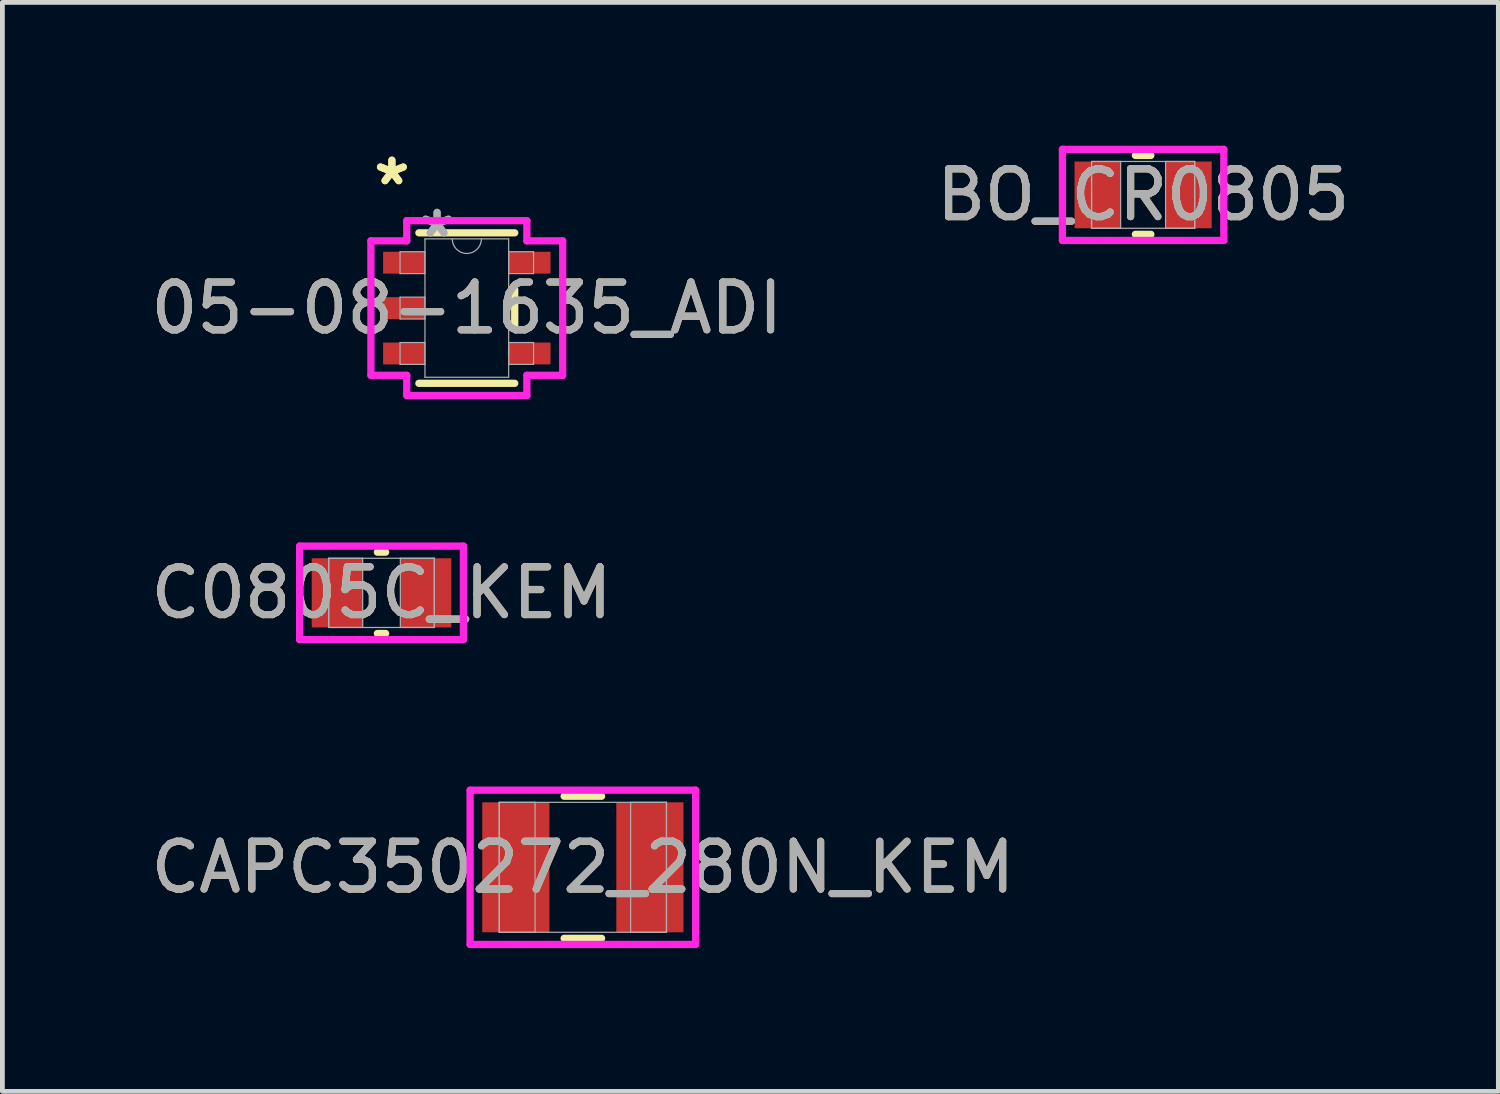
<source format=kicad_pcb>
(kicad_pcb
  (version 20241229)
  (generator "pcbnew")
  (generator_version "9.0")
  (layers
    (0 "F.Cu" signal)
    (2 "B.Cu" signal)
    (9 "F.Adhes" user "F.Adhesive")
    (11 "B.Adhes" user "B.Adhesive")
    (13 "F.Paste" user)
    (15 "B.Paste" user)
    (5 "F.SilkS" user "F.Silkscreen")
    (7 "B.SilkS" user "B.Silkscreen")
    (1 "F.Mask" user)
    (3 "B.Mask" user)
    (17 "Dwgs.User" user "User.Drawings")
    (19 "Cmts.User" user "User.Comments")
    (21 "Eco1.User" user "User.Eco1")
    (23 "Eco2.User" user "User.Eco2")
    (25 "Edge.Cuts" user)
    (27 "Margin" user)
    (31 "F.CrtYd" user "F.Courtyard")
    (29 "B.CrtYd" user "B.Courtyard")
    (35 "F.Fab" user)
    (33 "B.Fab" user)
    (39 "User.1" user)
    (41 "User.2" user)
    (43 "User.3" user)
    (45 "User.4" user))
  (footprint "CAPC350272_280N_KEM"
    (layer "F.Cu")
    (at 9.149 15.102)
    (property "Reference" "CAPC350272_280N_KEM" (at 0 0 0) (unlocked yes) (layer "F.SilkS") (effects (font (size 1 1) (thickness 0.15))))
    (attr smd)
    (fp_line (start -0.392 1.487) (end 0.392 1.487) (stroke (width 0.152) (type solid)) (layer "F.SilkS"))
    (fp_line (start 0.392 -1.487) (end -0.392 -1.487) (stroke (width 0.152) (type solid)) (layer "F.SilkS"))
    (fp_line (start -2.36 -1.614) (end 2.36 -1.614) (stroke (width 0.152) (type solid)) (layer "F.CrtYd"))
    (fp_line (start -2.36 1.614) (end -2.36 -1.614) (stroke (width 0.152) (type solid)) (layer "F.CrtYd"))
    (fp_line (start 2.36 -1.614) (end 2.36 1.614) (stroke (width 0.152) (type solid)) (layer "F.CrtYd"))
    (fp_line (start 2.36 1.614) (end -2.36 1.614) (stroke (width 0.152) (type solid)) (layer "F.CrtYd"))
    (fp_line (start -1.75 -1.36) (end -1.75 1.36) (stroke (width 0.025) (type solid)) (layer "F.Fab"))
    (fp_line (start -1.75 -1.36) (end -1.75 1.36) (stroke (width 0.025) (type solid)) (layer "F.Fab"))
    (fp_line (start -1.75 1.36) (end -1 1.36) (stroke (width 0.025) (type solid)) (layer "F.Fab"))
    (fp_line (start -1.75 1.36) (end 1.75 1.36) (stroke (width 0.025) (type solid)) (layer "F.Fab"))
    (fp_line (start -1 -1.36) (end -1.75 -1.36) (stroke (width 0.025) (type solid)) (layer "F.Fab"))
    (fp_line (start -1 1.36) (end -1 -1.36) (stroke (width 0.025) (type solid)) (layer "F.Fab"))
    (fp_line (start 1 -1.36) (end 1 1.36) (stroke (width 0.025) (type solid)) (layer "F.Fab"))
    (fp_line (start 1 1.36) (end 1.75 1.36) (stroke (width 0.025) (type solid)) (layer "F.Fab"))
    (fp_line (start 1.75 -1.36) (end -1.75 -1.36) (stroke (width 0.025) (type solid)) (layer "F.Fab"))
    (fp_line (start 1.75 -1.36) (end 1 -1.36) (stroke (width 0.025) (type solid)) (layer "F.Fab"))
    (fp_line (start 1.75 1.36) (end 1.75 -1.36) (stroke (width 0.025) (type solid)) (layer "F.Fab"))
    (fp_line (start 1.75 1.36) (end 1.75 -1.36) (stroke (width 0.025) (type solid)) (layer "F.Fab"))
    (fp_text user "${REFERENCE}" (at 0 0 0) (unlocked yes) (layer "F.Fab") (effects (font (size 1 1) (thickness 0.15))))
    (pad "1" smd rect (at -1.403 0) (size 1.406 2.72) (layers "F.Cu" "F.Mask" "F.Paste"))
    (pad "2" smd rect (at 1.403 0) (size 1.406 2.72) (layers "F.Cu" "F.Mask" "F.Paste"))
    (zone (net_name "") (layer "F.Cu") (hatch full 0.508) (connect_pads) (min_thickness 0.254) (filled_areas_thickness no) (keepout (tracks not_allowed) (vias not_allowed) (pads allowed) (copperpour not_allowed) (footprints allowed)) (placement (enabled no)) (fill) (polygon (pts (xy 8.5 13.793) (xy 9.798 13.793) (xy 9.798 16.411) (xy 8.5 16.411)))))
  (footprint "C0805C_KEM"
    (layer "F.Cu")
    (at 4.935 9.358)
    (property "Reference" "C0805C_KEM" (at 0 0 0) (unlocked yes) (layer "F.SilkS") (effects (font (size 1 1) (thickness 0.15))))
    (attr smd)
    (fp_line (start -0.086 0.851) (end 0.086 0.851) (stroke (width 0.152) (type solid)) (layer "F.SilkS"))
    (fp_line (start 0.086 -0.851) (end -0.086 -0.851) (stroke (width 0.152) (type solid)) (layer "F.SilkS"))
    (fp_line (start -1.714 -0.978) (end 1.714 -0.978) (stroke (width 0.152) (type solid)) (layer "F.CrtYd"))
    (fp_line (start -1.714 0.978) (end -1.714 -0.978) (stroke (width 0.152) (type solid)) (layer "F.CrtYd"))
    (fp_line (start 1.714 -0.978) (end 1.714 0.978) (stroke (width 0.152) (type solid)) (layer "F.CrtYd"))
    (fp_line (start 1.714 0.978) (end -1.714 0.978) (stroke (width 0.152) (type solid)) (layer "F.CrtYd"))
    (fp_line (start -1.105 -0.724) (end -1.105 0.724) (stroke (width 0.025) (type solid)) (layer "F.Fab"))
    (fp_line (start -1.105 -0.724) (end -1.105 0.724) (stroke (width 0.025) (type solid)) (layer "F.Fab"))
    (fp_line (start -1.105 0.724) (end -0.394 0.724) (stroke (width 0.025) (type solid)) (layer "F.Fab"))
    (fp_line (start -1.105 0.724) (end 1.105 0.724) (stroke (width 0.025) (type solid)) (layer "F.Fab"))
    (fp_line (start -0.394 -0.724) (end -1.105 -0.724) (stroke (width 0.025) (type solid)) (layer "F.Fab"))
    (fp_line (start -0.394 0.724) (end -0.394 -0.724) (stroke (width 0.025) (type solid)) (layer "F.Fab"))
    (fp_line (start 0.394 -0.724) (end 0.394 0.724) (stroke (width 0.025) (type solid)) (layer "F.Fab"))
    (fp_line (start 0.394 0.724) (end 1.105 0.724) (stroke (width 0.025) (type solid)) (layer "F.Fab"))
    (fp_line (start 1.105 -0.724) (end -1.105 -0.724) (stroke (width 0.025) (type solid)) (layer "F.Fab"))
    (fp_line (start 1.105 -0.724) (end 0.394 -0.724) (stroke (width 0.025) (type solid)) (layer "F.Fab"))
    (fp_line (start 1.105 0.724) (end 1.105 -0.724) (stroke (width 0.025) (type solid)) (layer "F.Fab"))
    (fp_line (start 1.105 0.724) (end 1.105 -0.724) (stroke (width 0.025) (type solid)) (layer "F.Fab"))
    (fp_text user "${REFERENCE}" (at 0 0 0) (unlocked yes) (layer "F.Fab") (effects (font (size 1 1) (thickness 0.15))))
    (pad "1" smd rect (at -0.927 0) (size 1.067 1.448) (layers "F.Cu" "F.Mask" "F.Paste"))
    (pad "2" smd rect (at 0.927 0) (size 1.067 1.448) (layers "F.Cu" "F.Mask" "F.Paste"))
    (zone (net_name "") (layer "F.Cu") (hatch full 0.508) (connect_pads) (min_thickness 0.254) (filled_areas_thickness no) (keepout (tracks not_allowed) (vias not_allowed) (pads allowed) (copperpour not_allowed) (footprints allowed)) (placement (enabled no)) (fill) (polygon (pts (xy 4.592 8.684) (xy 5.277 8.684) (xy 5.277 10.031) (xy 4.592 10.031)))))
  (footprint "05-08-1635_ADI"
    (layer "F.Cu")
    (at 6.72 3.398)
    (property "Reference" "05-08-1635_ADI" (at 0 0 0) (unlocked yes) (layer "F.SilkS") (effects (font (size 1 1) (thickness 0.15))))
    (attr smd)
    (fp_line (start -1.003 1.575) (end 1.003 1.575) (stroke (width 0.152) (type solid)) (layer "F.SilkS"))
    (fp_line (start 1.003 -1.575) (end -1.003 -1.575) (stroke (width 0.152) (type solid)) (layer "F.SilkS"))
    (fp_line (start 1.003 0.389) (end 1.003 -0.389) (stroke (width 0.152) (type solid)) (layer "F.SilkS"))
    (fp_line (start -2.007 -1.407) (end -1.257 -1.407) (stroke (width 0.152) (type solid)) (layer "F.CrtYd"))
    (fp_line (start -2.007 1.407) (end -2.007 -1.407) (stroke (width 0.152) (type solid)) (layer "F.CrtYd"))
    (fp_line (start -1.257 -1.829) (end 1.257 -1.829) (stroke (width 0.152) (type solid)) (layer "F.CrtYd"))
    (fp_line (start -1.257 -1.407) (end -1.257 -1.829) (stroke (width 0.152) (type solid)) (layer "F.CrtYd"))
    (fp_line (start -1.257 1.407) (end -2.007 1.407) (stroke (width 0.152) (type solid)) (layer "F.CrtYd"))
    (fp_line (start -1.257 1.829) (end -1.257 1.407) (stroke (width 0.152) (type solid)) (layer "F.CrtYd"))
    (fp_line (start 1.257 -1.829) (end 1.257 -1.407) (stroke (width 0.152) (type solid)) (layer "F.CrtYd"))
    (fp_line (start 1.257 -1.407) (end 2.007 -1.407) (stroke (width 0.152) (type solid)) (layer "F.CrtYd"))
    (fp_line (start 1.257 1.407) (end 1.257 1.829) (stroke (width 0.152) (type solid)) (layer "F.CrtYd"))
    (fp_line (start 1.257 1.829) (end -1.257 1.829) (stroke (width 0.152) (type solid)) (layer "F.CrtYd"))
    (fp_line (start 2.007 -1.407) (end 2.007 1.407) (stroke (width 0.152) (type solid)) (layer "F.CrtYd"))
    (fp_line (start 2.007 1.407) (end 1.257 1.407) (stroke (width 0.152) (type solid)) (layer "F.CrtYd"))
    (fp_line (start -1.397 -1.179) (end -1.397 -0.721) (stroke (width 0.025) (type solid)) (layer "F.Fab"))
    (fp_line (start -1.397 -0.721) (end -0.876 -0.721) (stroke (width 0.025) (type solid)) (layer "F.Fab"))
    (fp_line (start -1.397 -0.229) (end -1.397 0.229) (stroke (width 0.025) (type solid)) (layer "F.Fab"))
    (fp_line (start -1.397 0.229) (end -0.876 0.229) (stroke (width 0.025) (type solid)) (layer "F.Fab"))
    (fp_line (start -1.397 0.721) (end -1.397 1.179) (stroke (width 0.025) (type solid)) (layer "F.Fab"))
    (fp_line (start -1.397 1.179) (end -0.876 1.179) (stroke (width 0.025) (type solid)) (layer "F.Fab"))
    (fp_line (start -0.876 -1.448) (end -0.876 1.448) (stroke (width 0.025) (type solid)) (layer "F.Fab"))
    (fp_line (start -0.876 -1.179) (end -1.397 -1.179) (stroke (width 0.025) (type solid)) (layer "F.Fab"))
    (fp_line (start -0.876 -0.721) (end -0.876 -1.179) (stroke (width 0.025) (type solid)) (layer "F.Fab"))
    (fp_line (start -0.876 -0.229) (end -1.397 -0.229) (stroke (width 0.025) (type solid)) (layer "F.Fab"))
    (fp_line (start -0.876 0.229) (end -0.876 -0.229) (stroke (width 0.025) (type solid)) (layer "F.Fab"))
    (fp_line (start -0.876 0.721) (end -1.397 0.721) (stroke (width 0.025) (type solid)) (layer "F.Fab"))
    (fp_line (start -0.876 1.179) (end -0.876 0.721) (stroke (width 0.025) (type solid)) (layer "F.Fab"))
    (fp_line (start -0.876 1.448) (end 0.876 1.448) (stroke (width 0.025) (type solid)) (layer "F.Fab"))
    (fp_line (start 0.876 -1.448) (end -0.876 -1.448) (stroke (width 0.025) (type solid)) (layer "F.Fab"))
    (fp_line (start 0.876 -1.179) (end 0.876 -0.721) (stroke (width 0.025) (type solid)) (layer "F.Fab"))
    (fp_line (start 0.876 -0.721) (end 1.397 -0.721) (stroke (width 0.025) (type solid)) (layer "F.Fab"))
    (fp_line (start 0.876 0.721) (end 0.876 1.179) (stroke (width 0.025) (type solid)) (layer "F.Fab"))
    (fp_line (start 0.876 1.179) (end 1.397 1.179) (stroke (width 0.025) (type solid)) (layer "F.Fab"))
    (fp_line (start 0.876 1.448) (end 0.876 -1.448) (stroke (width 0.025) (type solid)) (layer "F.Fab"))
    (fp_line (start 1.397 -1.179) (end 0.876 -1.179) (stroke (width 0.025) (type solid)) (layer "F.Fab"))
    (fp_line (start 1.397 -0.721) (end 1.397 -1.179) (stroke (width 0.025) (type solid)) (layer "F.Fab"))
    (fp_line (start 1.397 0.721) (end 0.876 0.721) (stroke (width 0.025) (type solid)) (layer "F.Fab"))
    (fp_line (start 1.397 1.179) (end 1.397 0.721) (stroke (width 0.025) (type solid)) (layer "F.Fab"))
    (fp_arc (start 0.3048 -1.4478) (mid 0 -1.143) (end -0.3048 -1.4478) (stroke (width 0.0254) (type solid)) (layer "F.Fab"))
    (fp_text user "*" (at -1.568 -2.55 0) (unlocked yes) (layer "F.SilkS") (effects (font (size 1 1) (thickness 0.15))))
    (fp_text user "*" (at -1.568 -2.55 0) (layer "F.SilkS") (effects (font (size 1 1) (thickness 0.15))))
    (fp_text user "*" (at -0.622 -1.458 0) (unlocked yes) (layer "F.Fab") (effects (font (size 1 1) (thickness 0.15))))
    (fp_text user "${REFERENCE}" (at 0 0 0) (unlocked yes) (layer "F.Fab") (effects (font (size 1 1) (thickness 0.15))))
    (fp_text user "*" (at -0.622 -1.458 0) (layer "F.Fab") (effects (font (size 1 1) (thickness 0.15))))
    (pad "1" smd rect (at -1.314 -0.95) (size 0.876 0.457) (layers "F.Cu" "F.Mask" "F.Paste"))
    (pad "2" smd rect (at -1.314 0) (size 0.876 0.457) (layers "F.Cu" "F.Mask" "F.Paste"))
    (pad "3" smd rect (at -1.314 0.95) (size 0.876 0.457) (layers "F.Cu" "F.Mask" "F.Paste"))
    (pad "4" smd rect (at 1.314 0.95) (size 0.876 0.457) (layers "F.Cu" "F.Mask" "F.Paste"))
    (pad "5" smd rect (at 1.314 -0.95) (size 0.876 0.457) (layers "F.Cu" "F.Mask" "F.Paste")))
  (footprint "BO_CR0805"
    (layer "F.Cu")
    (at 20.875 1.029)
    (property "Reference" "BO_CR0805" (at 0 0 0) (unlocked yes) (layer "F.SilkS") (effects (font (size 1 1) (thickness 0.15))))
    (attr smd)
    (fp_line (start -0.162 0.826) (end 0.162 0.826) (stroke (width 0.152) (type solid)) (layer "F.SilkS"))
    (fp_line (start 0.162 -0.826) (end -0.162 -0.826) (stroke (width 0.152) (type solid)) (layer "F.SilkS"))
    (fp_line (start -1.689 -0.953) (end 1.689 -0.953) (stroke (width 0.152) (type solid)) (layer "F.CrtYd"))
    (fp_line (start -1.689 0.953) (end -1.689 -0.953) (stroke (width 0.152) (type solid)) (layer "F.CrtYd"))
    (fp_line (start 1.689 -0.953) (end 1.689 0.953) (stroke (width 0.152) (type solid)) (layer "F.CrtYd"))
    (fp_line (start 1.689 0.953) (end -1.689 0.953) (stroke (width 0.152) (type solid)) (layer "F.CrtYd"))
    (fp_line (start -1.079 -0.699) (end -1.079 0.699) (stroke (width 0.025) (type solid)) (layer "F.Fab"))
    (fp_line (start -1.079 -0.699) (end -1.079 0.699) (stroke (width 0.025) (type solid)) (layer "F.Fab"))
    (fp_line (start -1.079 0.699) (end -0.47 0.699) (stroke (width 0.025) (type solid)) (layer "F.Fab"))
    (fp_line (start -1.079 0.699) (end 1.079 0.699) (stroke (width 0.025) (type solid)) (layer "F.Fab"))
    (fp_line (start -0.47 -0.699) (end -1.079 -0.699) (stroke (width 0.025) (type solid)) (layer "F.Fab"))
    (fp_line (start -0.47 0.699) (end -0.47 -0.699) (stroke (width 0.025) (type solid)) (layer "F.Fab"))
    (fp_line (start 0.47 -0.699) (end 0.47 0.699) (stroke (width 0.025) (type solid)) (layer "F.Fab"))
    (fp_line (start 0.47 0.699) (end 1.079 0.699) (stroke (width 0.025) (type solid)) (layer "F.Fab"))
    (fp_line (start 1.079 -0.699) (end -1.079 -0.699) (stroke (width 0.025) (type solid)) (layer "F.Fab"))
    (fp_line (start 1.079 -0.699) (end 0.47 -0.699) (stroke (width 0.025) (type solid)) (layer "F.Fab"))
    (fp_line (start 1.079 0.699) (end 1.079 -0.699) (stroke (width 0.025) (type solid)) (layer "F.Fab"))
    (fp_line (start 1.079 0.699) (end 1.079 -0.699) (stroke (width 0.025) (type solid)) (layer "F.Fab"))
    (fp_text user "${REFERENCE}" (at 0 0 0) (unlocked yes) (layer "F.Fab") (effects (font (size 1 1) (thickness 0.15))))
    (pad "1" smd rect (at -0.953 0) (size 0.965 1.397) (layers "F.Cu" "F.Mask" "F.Paste"))
    (pad "2" smd rect (at 0.953 0) (size 0.965 1.397) (layers "F.Cu" "F.Mask" "F.Paste"))
    (zone (net_name "") (layer "F.Cu") (hatch full 0.508) (connect_pads) (min_thickness 0.254) (filled_areas_thickness no) (keepout (tracks not_allowed) (vias not_allowed) (pads allowed) (copperpour not_allowed) (footprints allowed)) (placement (enabled no)) (fill) (polygon (pts (xy 20.456 0.381) (xy 21.294 0.381) (xy 21.294 1.676) (xy 20.456 1.676)))))
  (gr_rect
    (start -3 -3)
    (end 28.31 19.792)
    (stroke (width 0.1) (type default))
    (fill no)
    (layer "Edge.Cuts")))
</source>
